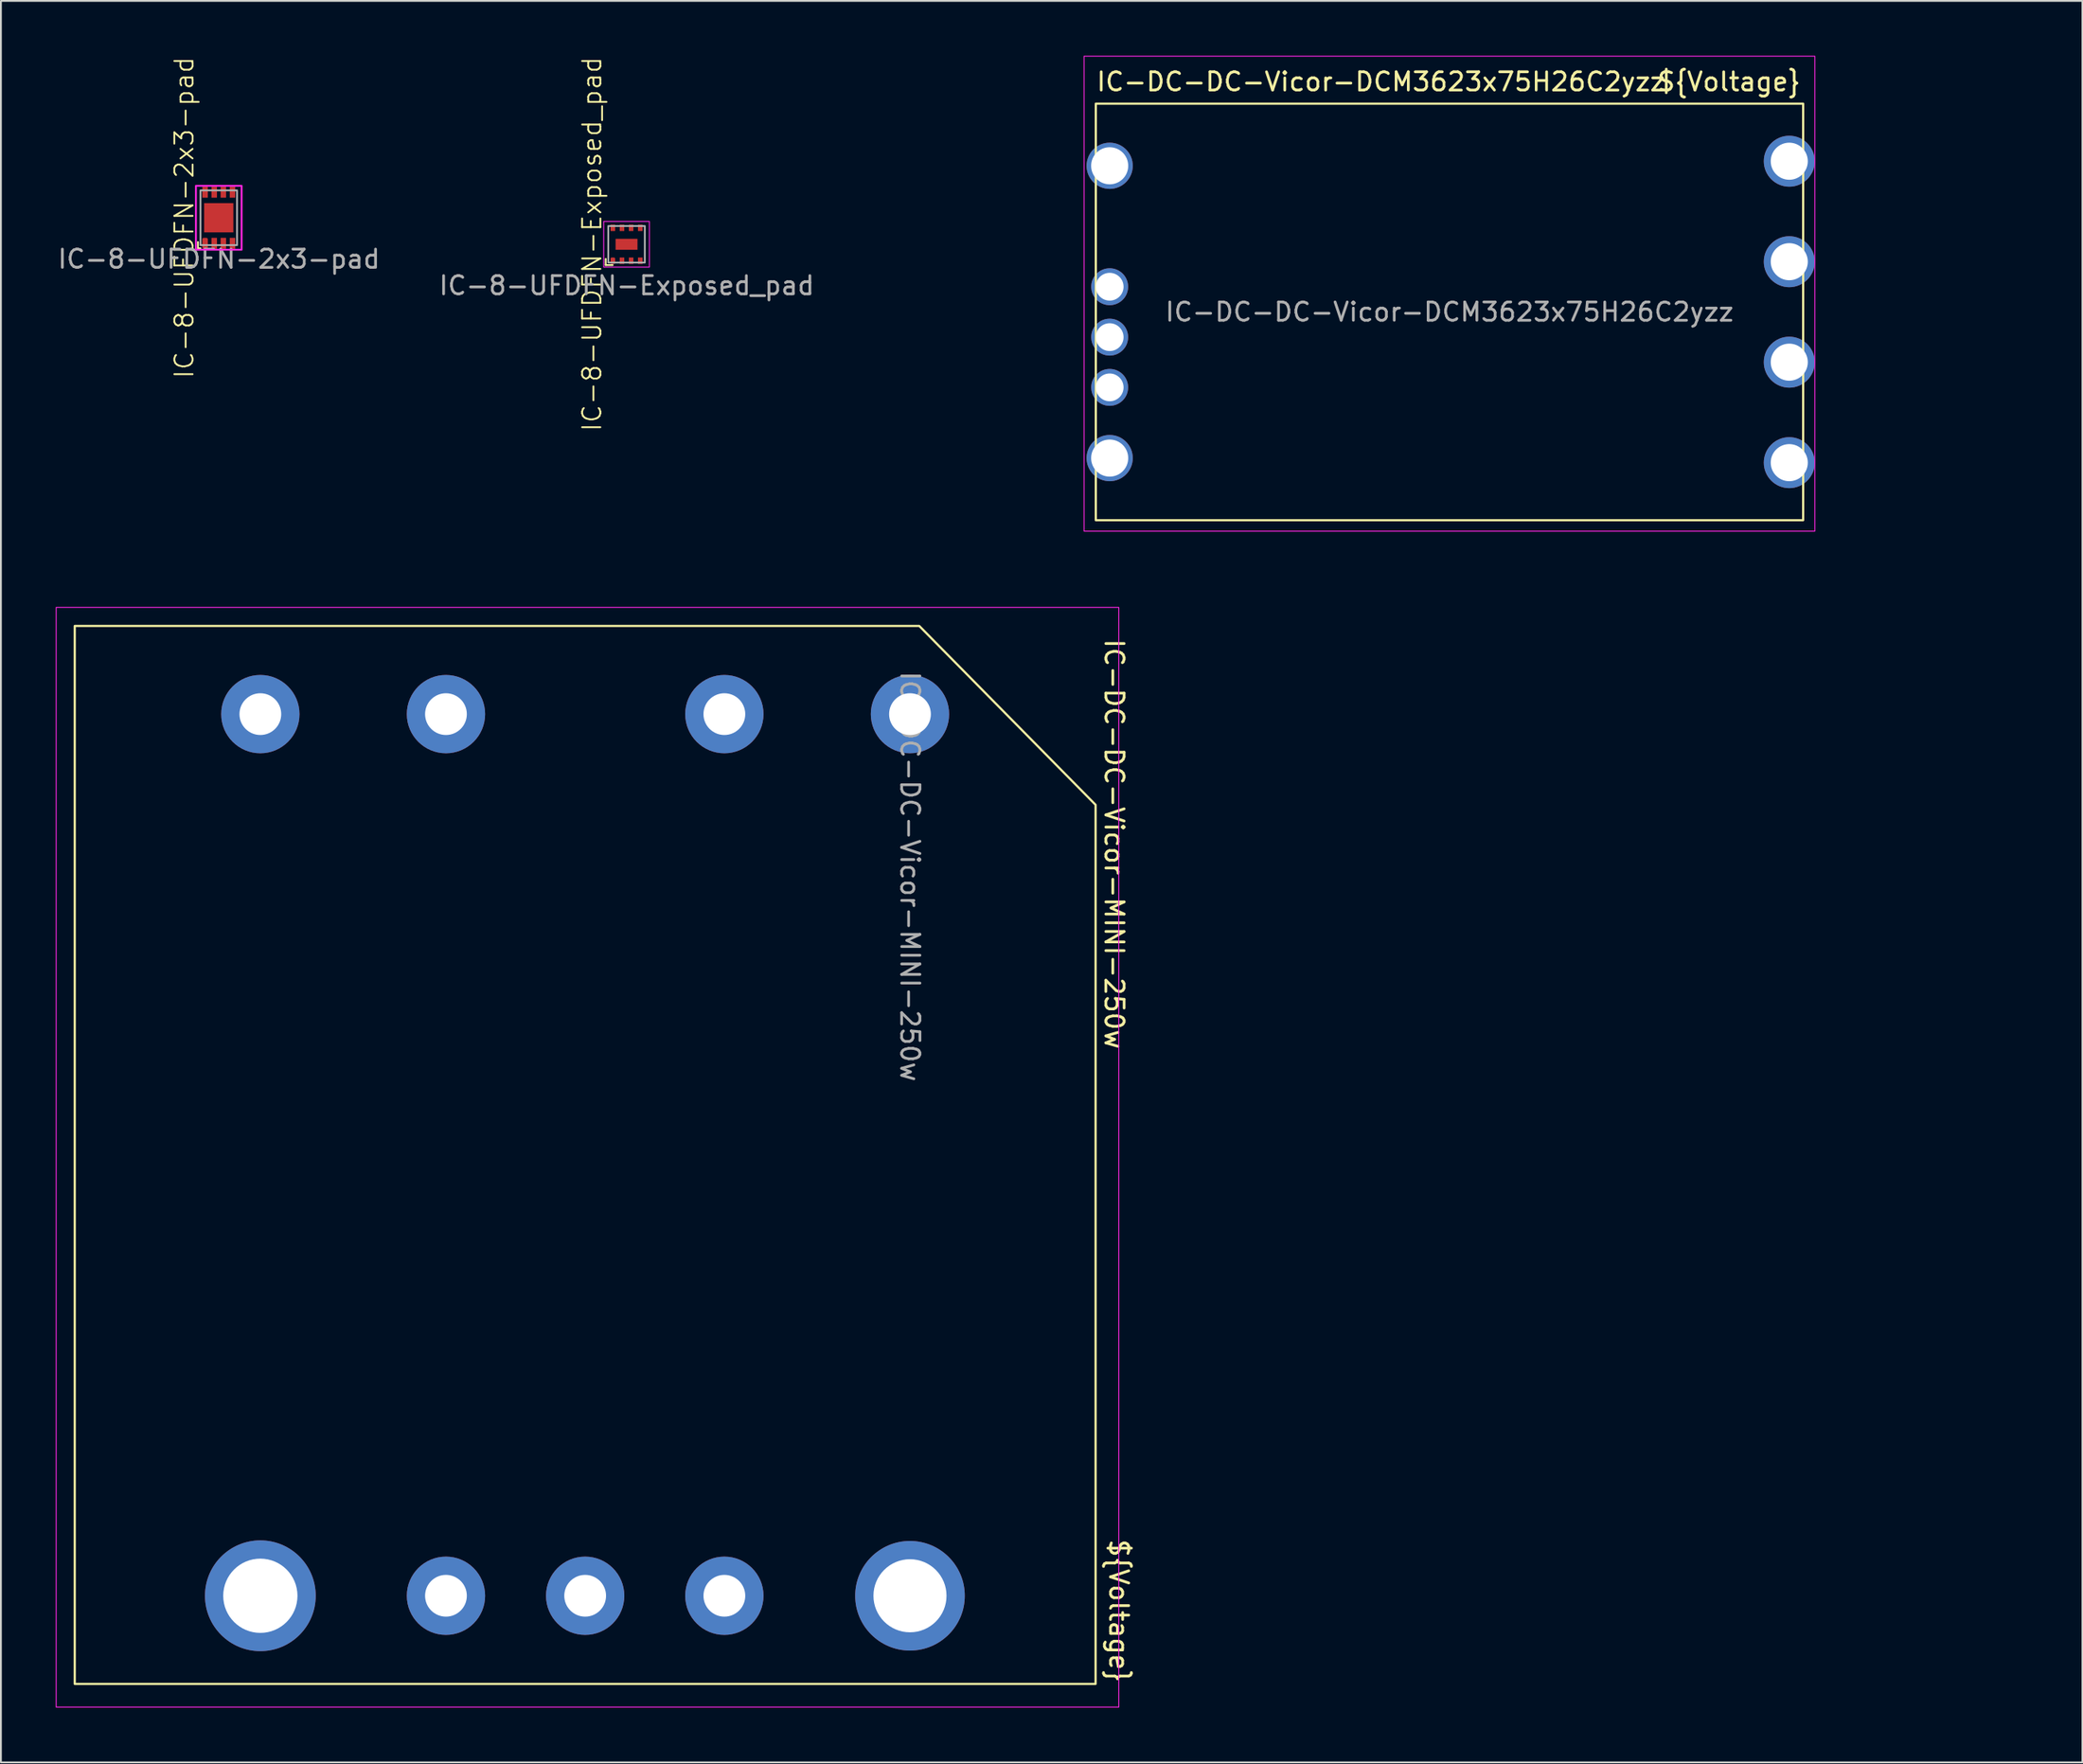
<source format=kicad_pcb>
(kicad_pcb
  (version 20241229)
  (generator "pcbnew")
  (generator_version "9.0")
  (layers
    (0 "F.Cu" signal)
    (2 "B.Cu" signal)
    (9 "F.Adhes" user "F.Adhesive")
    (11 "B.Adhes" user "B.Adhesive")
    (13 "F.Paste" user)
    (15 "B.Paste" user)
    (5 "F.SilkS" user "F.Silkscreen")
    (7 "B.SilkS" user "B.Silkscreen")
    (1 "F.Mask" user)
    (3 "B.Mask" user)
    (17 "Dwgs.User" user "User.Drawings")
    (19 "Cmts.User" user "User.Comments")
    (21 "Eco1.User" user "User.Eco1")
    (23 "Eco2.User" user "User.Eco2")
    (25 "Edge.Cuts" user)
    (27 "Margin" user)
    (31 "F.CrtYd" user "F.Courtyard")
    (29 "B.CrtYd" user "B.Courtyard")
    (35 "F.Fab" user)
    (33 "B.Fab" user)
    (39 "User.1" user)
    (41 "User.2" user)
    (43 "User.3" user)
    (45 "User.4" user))
  (footprint "IC-8-UFDFN-Exposed_pad"
    (layer "F.Cu")
    (at 31.246 10.322)
    (property "Reference" "IC-8-UFDFN-Exposed_pad" (at -1.89 -0.01 90) (unlocked yes) (layer "F.SilkS") (effects (font (size 1 1) (thickness 0.1))))
    (attr smd)
    (fp_line (start -1.14 0.8) (end -1.14 1.14) (stroke (width 0.1) (type default)) (layer "F.SilkS"))
    (fp_line (start -1.14 1.14) (end -0.76 1.14) (stroke (width 0.1) (type default)) (layer "F.SilkS"))
    (fp_rect (start -1.25 -1.25) (end 1.25 1.25) (stroke (width 0.05) (type default)) (fill no) (layer "F.CrtYd"))
    (fp_rect (start -1 -1) (end 1 1) (stroke (width 0.1) (type default)) (fill no) (layer "F.Fab"))
    (fp_text user "${REFERENCE}" (at 0.01 2.26 0) (unlocked yes) (layer "F.Fab") (effects (font (size 1 1) (thickness 0.15))))
    (pad "1" smd roundrect (at -0.75 0.9) (size 0.25 0.35) (layers "F.Cu" "F.Mask" "F.Paste") (roundrect_rratio 0.25))
    (pad "2" smd rect (at -0.25 0.9) (size 0.25 0.35) (layers "F.Cu" "F.Mask" "F.Paste"))
    (pad "3" smd rect (at 0.25 0.9) (size 0.25 0.35) (layers "F.Cu" "F.Mask" "F.Paste"))
    (pad "4" smd rect (at 0.75 0.9) (size 0.25 0.35) (layers "F.Cu" "F.Mask" "F.Paste"))
    (pad "5" smd rect (at 0.75 -0.9) (size 0.25 0.35) (layers "F.Cu" "F.Mask" "F.Paste"))
    (pad "6" smd rect (at 0.25 -0.9) (size 0.25 0.35) (layers "F.Cu" "F.Mask" "F.Paste"))
    (pad "7" smd rect (at -0.25 -0.9) (size 0.25 0.35) (layers "F.Cu" "F.Mask" "F.Paste"))
    (pad "8" smd rect (at -0.75 -0.9) (size 0.25 0.35) (layers "F.Cu" "F.Mask" "F.Paste"))
    (pad "9" smd rect (at 0 0) (size 1.2 0.6) (layers "F.Cu" "F.Mask" "F.Paste")))
  (footprint "IC-DC-DC-Vicor-DCM3623x75H26C2yzz"
    (layer "F.Cu")
    (at 76.292 14.025)
    (property "Reference" "IC-DC-DC-Vicor-DCM3623x75H26C2yzz" (at -19.4 -12.6 0) (unlocked yes) (layer "F.SilkS") (effects (font (size 1 1) (thickness 0.15)) (justify left)))
    (attr through_hole)
    (fp_rect (start -19.36 -11.4) (end 19.36 11.4) (stroke (width 0.12) (type solid)) (fill no) (layer "F.SilkS"))
    (fp_rect (start -20 -14) (end 20 12) (stroke (width 0.05) (type solid)) (fill no) (layer "F.CrtYd"))
    (fp_text user "${Voltage}" (at 19.3 -12.6 0) (unlocked yes) (layer "F.SilkS") (effects (font (size 1 1) (thickness 0.15)) (justify right)))
    (fp_text user "${REFERENCE}" (at 0 0 0) (unlocked yes) (layer "F.Fab") (effects (font (size 1 1) (thickness 0.15))))
    (fp_text user "https://www.vicorpower.com/documents/datasheets/DCM3623x75H26C2yzz_ds.pdf" (at 0 12.3 0) (layer "User.2") (effects (font (size 1 1) (thickness 0.15))))
    (pad "A1" thru_hole circle (at -18.6 -8) (size 2.53 2.53) (drill 2.03) (layers "*.Cu" "*.Mask"))
    (pad "A2" thru_hole circle (at 18.6 -8.25) (size 2.79 2.79) (drill 2.03) (layers "*.Cu" "*.Mask"))
    (pad "B1" thru_hole circle (at -18.6 -1.38) (size 2.02 2.02) (drill 1.52) (layers "*.Cu" "*.Mask"))
    (pad "B2" thru_hole circle (at 18.6 -2.75) (size 2.79 2.79) (drill 2.03) (layers "*.Cu" "*.Mask"))
    (pad "C1" thru_hole circle (at -18.6 1.38) (size 2.02 2.02) (drill 1.52) (layers "*.Cu" "*.Mask"))
    (pad "C2" thru_hole circle (at 18.6 2.75) (size 2.79 2.79) (drill 2.03) (layers "*.Cu" "*.Mask"))
    (pad "D1" thru_hole circle (at -18.6 4.13) (size 2.02 2.02) (drill 1.52) (layers "*.Cu" "*.Mask"))
    (pad "D2" thru_hole circle (at 18.6 8.25) (size 2.79 2.79) (drill 2.03) (layers "*.Cu" "*.Mask"))
    (pad "E1" thru_hole circle (at -18.6 8) (size 2.53 2.53) (drill 2.03) (layers "*.Cu" "*.Mask")))
  (footprint "IC-DC-DC-Vicor-MINI-250w"
    (layer "F.Cu")
    (at 28.981 60.17)
    (property "Reference" "IC-DC-DC-Vicor-MINI-250w" (at 28.956 -17.018 270) (unlocked yes) (layer "F.SilkS") (effects (font (size 1 1) (thickness 0.15))))
    (attr through_hole)
    (fp_poly (pts (xy 27.94 -19.165) (xy 27.94 28.956) (xy -27.94 28.956) (xy -27.94 -28.956) (xy 18.288 -28.956)) (stroke (width 0.12) (type solid)) (fill no) (layer "F.SilkS"))
    (fp_rect (start -28.956 -29.972) (end 29.21 30.226) (stroke (width 0.05) (type solid)) (fill no) (layer "F.CrtYd"))
    (fp_text user "${Voltage}" (at 29.21 28.956 270) (unlocked yes) (layer "F.SilkS") (effects (font (size 1 1) (thickness 0.15)) (justify right)))
    (fp_text user "+0ut" (at 17.78 20.32 270) (unlocked yes) (layer "B.Paste") (effects (font (size 1 1) (thickness 0.25)) (justify left mirror)))
    (fp_text user "- In" (at -17.78 -20.32 270) (unlocked yes) (layer "B.Paste") (effects (font (size 1 1) (thickness 0.25)) (justify right mirror)))
    (fp_text user "SC" (at 0 20.32 270) (unlocked yes) (layer "B.Paste") (effects (font (size 1 1) (thickness 0.25)) (justify left mirror)))
    (fp_text user "- 0ut" (at -17.78 20.32 270) (unlocked yes) (layer "B.Paste") (effects (font (size 1 1) (thickness 0.25)) (justify left mirror)))
    (fp_text user "PC" (at 7.62 -20.32 270) (unlocked yes) (layer "B.Paste") (effects (font (size 1 1) (thickness 0.25)) (justify right mirror)))
    (fp_text user "+ In" (at 17.78 -20.32 270) (unlocked yes) (layer "B.Paste") (effects (font (size 1 1) (thickness 0.25)) (justify right mirror)))
    (fp_text user "- Sense" (at -7.62 20.32 270) (unlocked yes) (layer "B.Paste") (effects (font (size 1 1) (thickness 0.25)) (justify left mirror)))
    (fp_text user "Parallel" (at -7.62 -20.32 270) (unlocked yes) (layer "B.Paste") (effects (font (size 1 1) (thickness 0.25)) (justify right mirror)))
    (fp_text user "+ Sense" (at 7.62 20.32 270) (unlocked yes) (layer "B.Paste") (effects (font (size 1 1) (thickness 0.25)) (justify left mirror)))
    (fp_text user "${REFERENCE}" (at 17.78 -15.24 270) (unlocked yes) (layer "F.Fab") (effects (font (size 1 1) (thickness 0.15))))
    (pad "1" thru_hole circle (at 17.78 -24.13 270) (size 4.286 4.286) (drill 2.286) (layers "*.Cu" "*.Mask"))
    (pad "2" thru_hole circle (at 7.62 -24.13 270) (size 4.286 4.286) (drill 2.286) (layers "*.Cu" "*.Mask"))
    (pad "3" thru_hole circle (at -7.62 -24.13 270) (size 4.286 4.286) (drill 2.286) (layers "*.Cu" "*.Mask"))
    (pad "4" thru_hole circle (at -17.78 -24.13 270) (size 4.286 4.286) (drill 2.286) (layers "*.Cu" "*.Mask"))
    (pad "5" thru_hole circle (at -17.78 24.13 270) (size 6.064 6.064) (drill 4.064) (layers "*.Cu" "*.Mask"))
    (pad "6" thru_hole circle (at -7.62 24.13 270) (size 4.286 4.286) (drill 2.286) (layers "*.Cu" "*.Mask"))
    (pad "7" thru_hole circle (at 0 24.13 270) (size 4.286 4.286) (drill 2.286) (layers "*.Cu" "*.Mask"))
    (pad "8" thru_hole circle (at 7.62 24.13 270) (size 4.286 4.286) (drill 2.286) (layers "*.Cu" "*.Mask"))
    (pad "9" thru_hole circle (at 17.78 24.13 270) (size 6 6) (drill 4) (layers "*.Cu" "*.Mask")))
  (footprint "IC-8-UFDFN-2x3-pad"
    (layer "F.Cu")
    (at 8.925 8.87)
    (property "Reference" "IC-8-UFDFN-2x3-pad" (at -1.89 -0.01 90) (unlocked yes) (layer "F.SilkS") (effects (font (size 1 1) (thickness 0.1))))
    (attr smd)
    (fp_line (start -1.14 1.33) (end -1.14 1.67) (stroke (width 0.1) (type default)) (layer "F.SilkS"))
    (fp_line (start -1.14 1.67) (end -1 1.67) (stroke (width 0.1) (type default)) (layer "F.SilkS"))
    (fp_rect (start -1.25 -1.75) (end 1.25 1.75) (stroke (width 0.1) (type default)) (fill no) (layer "F.CrtYd"))
    (fp_rect (start -1 -1.5) (end 1 1.5) (stroke (width 0.1) (type default)) (fill no) (layer "F.Fab"))
    (fp_text user "${REFERENCE}" (at 0.01 2.26 0) (unlocked yes) (layer "F.Fab") (effects (font (size 1 1) (thickness 0.15))))
    (pad "1" smd roundrect (at -0.75 1.4) (size 0.3 0.6) (layers "F.Cu" "F.Mask" "F.Paste") (roundrect_rratio 0.25))
    (pad "2" smd rect (at -0.25 1.4) (size 0.3 0.6) (layers "F.Cu" "F.Mask" "F.Paste"))
    (pad "3" smd rect (at 0.25 1.4) (size 0.3 0.6) (layers "F.Cu" "F.Mask" "F.Paste"))
    (pad "4" smd rect (at 0.75 1.4) (size 0.3 0.6) (layers "F.Cu" "F.Mask" "F.Paste"))
    (pad "5" smd rect (at 0.75 -1.4) (size 0.3 0.6) (layers "F.Cu" "F.Mask" "F.Paste"))
    (pad "6" smd rect (at 0.25 -1.4) (size 0.3 0.6) (layers "F.Cu" "F.Mask" "F.Paste"))
    (pad "7" smd rect (at -0.25 -1.4) (size 0.3 0.6) (layers "F.Cu" "F.Mask" "F.Paste"))
    (pad "8" smd rect (at -0.75 -1.4) (size 0.3 0.6) (layers "F.Cu" "F.Mask" "F.Paste"))
    (pad "PAD" smd rect (at 0 0) (size 1.6 1.6) (layers "F.Cu" "F.Mask" "F.Paste")))
  (gr_rect
    (start -3 -3)
    (end 110.94 93.421)
    (stroke (width 0.1) (type default))
    (fill no)
    (layer "Edge.Cuts")))
</source>
